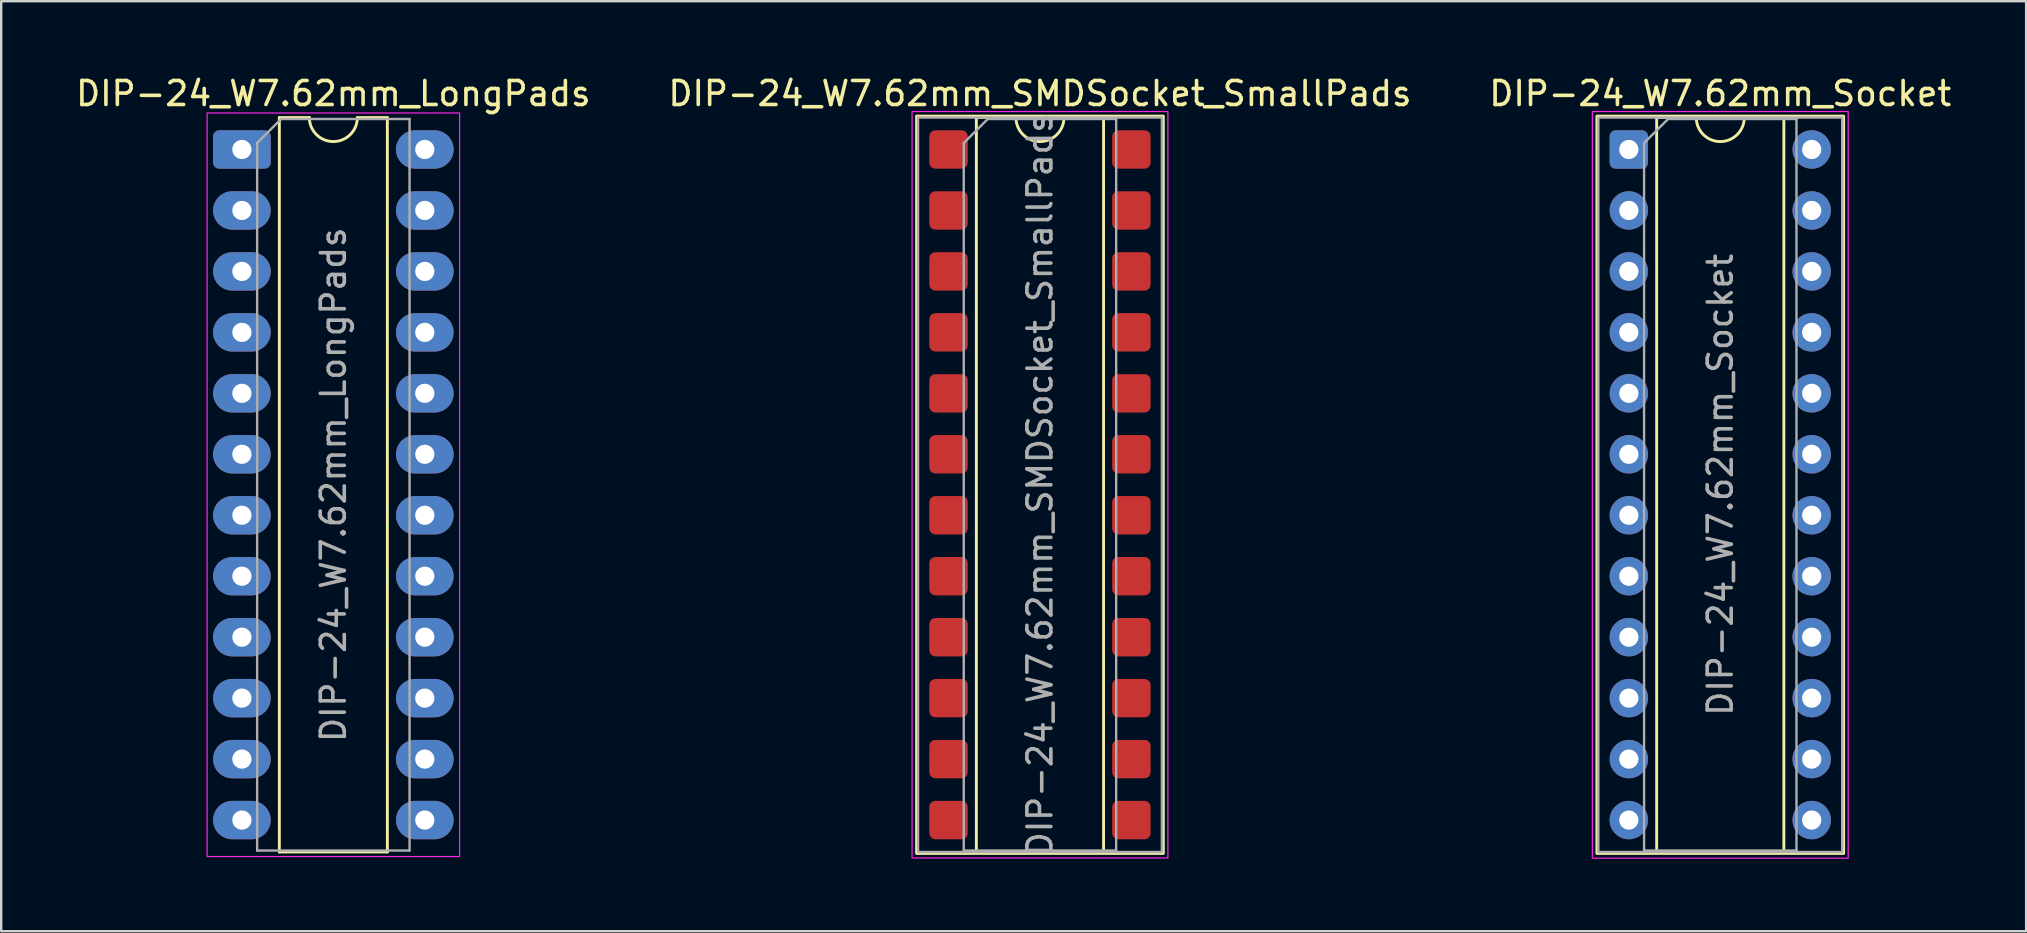
<source format=kicad_pcb>
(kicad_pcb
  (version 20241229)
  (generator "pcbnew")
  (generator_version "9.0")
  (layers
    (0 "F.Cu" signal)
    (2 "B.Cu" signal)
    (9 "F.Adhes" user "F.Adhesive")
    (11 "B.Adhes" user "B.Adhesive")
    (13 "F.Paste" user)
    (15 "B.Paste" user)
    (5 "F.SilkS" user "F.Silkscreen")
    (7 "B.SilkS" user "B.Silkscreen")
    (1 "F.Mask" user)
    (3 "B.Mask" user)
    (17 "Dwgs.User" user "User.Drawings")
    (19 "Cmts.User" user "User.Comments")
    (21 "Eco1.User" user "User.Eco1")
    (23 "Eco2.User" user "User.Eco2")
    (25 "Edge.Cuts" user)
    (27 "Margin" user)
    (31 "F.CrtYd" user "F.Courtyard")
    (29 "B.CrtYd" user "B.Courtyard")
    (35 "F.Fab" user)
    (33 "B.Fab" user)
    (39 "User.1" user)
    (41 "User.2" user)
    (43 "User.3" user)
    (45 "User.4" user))
  (footprint "DIP-24_W7.62mm_Socket"
    (layer "F.Cu")
    (at 64.815 3.178)
    (property "Reference" "DIP-24_W7.62mm_Socket" (at 3.81 -2.33 0) (layer "F.SilkS") (effects (font (size 1 1) (thickness 0.15))))
    (attr through_hole)
    (fp_line (start 1.16 -1.33) (end 1.16 29.27) (stroke (width 0.12) (type solid)) (layer "F.SilkS"))
    (fp_line (start 1.16 29.27) (end 6.46 29.27) (stroke (width 0.12) (type solid)) (layer "F.SilkS"))
    (fp_line (start 2.81 -1.33) (end 1.16 -1.33) (stroke (width 0.12) (type solid)) (layer "F.SilkS"))
    (fp_line (start 6.46 -1.33) (end 4.81 -1.33) (stroke (width 0.12) (type solid)) (layer "F.SilkS"))
    (fp_line (start 6.46 29.27) (end 6.46 -1.33) (stroke (width 0.12) (type solid)) (layer "F.SilkS"))
    (fp_rect (start -1.33 -1.39) (end 8.95 29.33) (stroke (width 0.12) (type solid)) (fill no) (layer "F.SilkS"))
    (fp_arc (start 4.81 -1.33) (mid 3.81 -0.33) (end 2.81 -1.33) (stroke (width 0.12) (type solid)) (layer "F.SilkS"))
    (fp_rect (start -1.52 -1.58) (end 9.14 29.53) (stroke (width 0.05) (type solid)) (fill no) (layer "F.CrtYd"))
    (fp_line (start 0.635 -0.27) (end 1.635 -1.27) (stroke (width 0.1) (type solid)) (layer "F.Fab"))
    (fp_line (start 0.635 29.21) (end 0.635 -0.27) (stroke (width 0.1) (type solid)) (layer "F.Fab"))
    (fp_line (start 1.635 -1.27) (end 6.985 -1.27) (stroke (width 0.1) (type solid)) (layer "F.Fab"))
    (fp_line (start 6.985 -1.27) (end 6.985 29.21) (stroke (width 0.1) (type solid)) (layer "F.Fab"))
    (fp_line (start 6.985 29.21) (end 0.635 29.21) (stroke (width 0.1) (type solid)) (layer "F.Fab"))
    (fp_rect (start -1.27 -1.33) (end 8.89 29.27) (stroke (width 0.1) (type solid)) (fill no) (layer "F.Fab"))
    (fp_text user "${REFERENCE}" (at 3.81 13.97 90) (layer "F.Fab") (effects (font (size 1 1) (thickness 0.15))))
    (pad "1" thru_hole roundrect (at 0 0) (size 1.6 1.6) (drill 0.8) (layers "*.Cu" "*.Mask") (roundrect_rratio 0.156))
    (pad "2" thru_hole circle (at 0 2.54) (size 1.6 1.6) (drill 0.8) (layers "*.Cu" "*.Mask"))
    (pad "3" thru_hole circle (at 0 5.08) (size 1.6 1.6) (drill 0.8) (layers "*.Cu" "*.Mask"))
    (pad "4" thru_hole circle (at 0 7.62) (size 1.6 1.6) (drill 0.8) (layers "*.Cu" "*.Mask"))
    (pad "5" thru_hole circle (at 0 10.16) (size 1.6 1.6) (drill 0.8) (layers "*.Cu" "*.Mask"))
    (pad "6" thru_hole circle (at 0 12.7) (size 1.6 1.6) (drill 0.8) (layers "*.Cu" "*.Mask"))
    (pad "7" thru_hole circle (at 0 15.24) (size 1.6 1.6) (drill 0.8) (layers "*.Cu" "*.Mask"))
    (pad "8" thru_hole circle (at 0 17.78) (size 1.6 1.6) (drill 0.8) (layers "*.Cu" "*.Mask"))
    (pad "9" thru_hole circle (at 0 20.32) (size 1.6 1.6) (drill 0.8) (layers "*.Cu" "*.Mask"))
    (pad "10" thru_hole circle (at 0 22.86) (size 1.6 1.6) (drill 0.8) (layers "*.Cu" "*.Mask"))
    (pad "11" thru_hole circle (at 0 25.4) (size 1.6 1.6) (drill 0.8) (layers "*.Cu" "*.Mask"))
    (pad "12" thru_hole circle (at 0 27.94) (size 1.6 1.6) (drill 0.8) (layers "*.Cu" "*.Mask"))
    (pad "13" thru_hole circle (at 7.62 27.94) (size 1.6 1.6) (drill 0.8) (layers "*.Cu" "*.Mask"))
    (pad "14" thru_hole circle (at 7.62 25.4) (size 1.6 1.6) (drill 0.8) (layers "*.Cu" "*.Mask"))
    (pad "15" thru_hole circle (at 7.62 22.86) (size 1.6 1.6) (drill 0.8) (layers "*.Cu" "*.Mask"))
    (pad "16" thru_hole circle (at 7.62 20.32) (size 1.6 1.6) (drill 0.8) (layers "*.Cu" "*.Mask"))
    (pad "17" thru_hole circle (at 7.62 17.78) (size 1.6 1.6) (drill 0.8) (layers "*.Cu" "*.Mask"))
    (pad "18" thru_hole circle (at 7.62 15.24) (size 1.6 1.6) (drill 0.8) (layers "*.Cu" "*.Mask"))
    (pad "19" thru_hole circle (at 7.62 12.7) (size 1.6 1.6) (drill 0.8) (layers "*.Cu" "*.Mask"))
    (pad "20" thru_hole circle (at 7.62 10.16) (size 1.6 1.6) (drill 0.8) (layers "*.Cu" "*.Mask"))
    (pad "21" thru_hole circle (at 7.62 7.62) (size 1.6 1.6) (drill 0.8) (layers "*.Cu" "*.Mask"))
    (pad "22" thru_hole circle (at 7.62 5.08) (size 1.6 1.6) (drill 0.8) (layers "*.Cu" "*.Mask"))
    (pad "23" thru_hole circle (at 7.62 2.54) (size 1.6 1.6) (drill 0.8) (layers "*.Cu" "*.Mask"))
    (pad "24" thru_hole circle (at 7.62 0) (size 1.6 1.6) (drill 0.8) (layers "*.Cu" "*.Mask")))
  (footprint "DIP-24_W7.62mm_LongPads"
    (layer "F.Cu")
    (at 7.029 3.178)
    (property "Reference" "DIP-24_W7.62mm_LongPads" (at 3.81 -2.33 0) (layer "F.SilkS") (effects (font (size 1 1) (thickness 0.15))))
    (attr through_hole)
    (fp_line (start 1.56 -1.33) (end 1.56 29.27) (stroke (width 0.12) (type solid)) (layer "F.SilkS"))
    (fp_line (start 1.56 29.27) (end 6.06 29.27) (stroke (width 0.12) (type solid)) (layer "F.SilkS"))
    (fp_line (start 2.81 -1.33) (end 1.56 -1.33) (stroke (width 0.12) (type solid)) (layer "F.SilkS"))
    (fp_line (start 6.06 -1.33) (end 4.81 -1.33) (stroke (width 0.12) (type solid)) (layer "F.SilkS"))
    (fp_line (start 6.06 29.27) (end 6.06 -1.33) (stroke (width 0.12) (type solid)) (layer "F.SilkS"))
    (fp_arc (start 4.81 -1.33) (mid 3.81 -0.33) (end 2.81 -1.33) (stroke (width 0.12) (type solid)) (layer "F.SilkS"))
    (fp_rect (start -1.45 -1.52) (end 9.07 29.46) (stroke (width 0.05) (type solid)) (fill no) (layer "F.CrtYd"))
    (fp_line (start 0.635 -0.27) (end 1.635 -1.27) (stroke (width 0.1) (type solid)) (layer "F.Fab"))
    (fp_line (start 0.635 29.21) (end 0.635 -0.27) (stroke (width 0.1) (type solid)) (layer "F.Fab"))
    (fp_line (start 1.635 -1.27) (end 6.985 -1.27) (stroke (width 0.1) (type solid)) (layer "F.Fab"))
    (fp_line (start 6.985 -1.27) (end 6.985 29.21) (stroke (width 0.1) (type solid)) (layer "F.Fab"))
    (fp_line (start 6.985 29.21) (end 0.635 29.21) (stroke (width 0.1) (type solid)) (layer "F.Fab"))
    (fp_text user "${REFERENCE}" (at 3.81 13.97 90) (layer "F.Fab") (effects (font (size 1 1) (thickness 0.15))))
    (pad "1" thru_hole roundrect (at 0 0) (size 2.4 1.6) (drill 0.8) (layers "*.Cu" "*.Mask") (roundrect_rratio 0.156))
    (pad "2" thru_hole oval (at 0 2.54) (size 2.4 1.6) (drill 0.8) (layers "*.Cu" "*.Mask"))
    (pad "3" thru_hole oval (at 0 5.08) (size 2.4 1.6) (drill 0.8) (layers "*.Cu" "*.Mask"))
    (pad "4" thru_hole oval (at 0 7.62) (size 2.4 1.6) (drill 0.8) (layers "*.Cu" "*.Mask"))
    (pad "5" thru_hole oval (at 0 10.16) (size 2.4 1.6) (drill 0.8) (layers "*.Cu" "*.Mask"))
    (pad "6" thru_hole oval (at 0 12.7) (size 2.4 1.6) (drill 0.8) (layers "*.Cu" "*.Mask"))
    (pad "7" thru_hole oval (at 0 15.24) (size 2.4 1.6) (drill 0.8) (layers "*.Cu" "*.Mask"))
    (pad "8" thru_hole oval (at 0 17.78) (size 2.4 1.6) (drill 0.8) (layers "*.Cu" "*.Mask"))
    (pad "9" thru_hole oval (at 0 20.32) (size 2.4 1.6) (drill 0.8) (layers "*.Cu" "*.Mask"))
    (pad "10" thru_hole oval (at 0 22.86) (size 2.4 1.6) (drill 0.8) (layers "*.Cu" "*.Mask"))
    (pad "11" thru_hole oval (at 0 25.4) (size 2.4 1.6) (drill 0.8) (layers "*.Cu" "*.Mask"))
    (pad "12" thru_hole oval (at 0 27.94) (size 2.4 1.6) (drill 0.8) (layers "*.Cu" "*.Mask"))
    (pad "13" thru_hole oval (at 7.62 27.94) (size 2.4 1.6) (drill 0.8) (layers "*.Cu" "*.Mask"))
    (pad "14" thru_hole oval (at 7.62 25.4) (size 2.4 1.6) (drill 0.8) (layers "*.Cu" "*.Mask"))
    (pad "15" thru_hole oval (at 7.62 22.86) (size 2.4 1.6) (drill 0.8) (layers "*.Cu" "*.Mask"))
    (pad "16" thru_hole oval (at 7.62 20.32) (size 2.4 1.6) (drill 0.8) (layers "*.Cu" "*.Mask"))
    (pad "17" thru_hole oval (at 7.62 17.78) (size 2.4 1.6) (drill 0.8) (layers "*.Cu" "*.Mask"))
    (pad "18" thru_hole oval (at 7.62 15.24) (size 2.4 1.6) (drill 0.8) (layers "*.Cu" "*.Mask"))
    (pad "19" thru_hole oval (at 7.62 12.7) (size 2.4 1.6) (drill 0.8) (layers "*.Cu" "*.Mask"))
    (pad "20" thru_hole oval (at 7.62 10.16) (size 2.4 1.6) (drill 0.8) (layers "*.Cu" "*.Mask"))
    (pad "21" thru_hole oval (at 7.62 7.62) (size 2.4 1.6) (drill 0.8) (layers "*.Cu" "*.Mask"))
    (pad "22" thru_hole oval (at 7.62 5.08) (size 2.4 1.6) (drill 0.8) (layers "*.Cu" "*.Mask"))
    (pad "23" thru_hole oval (at 7.62 2.54) (size 2.4 1.6) (drill 0.8) (layers "*.Cu" "*.Mask"))
    (pad "24" thru_hole oval (at 7.62 0) (size 2.4 1.6) (drill 0.8) (layers "*.Cu" "*.Mask")))
  (footprint "DIP-24_W7.62mm_SMDSocket_SmallPads"
    (layer "F.Cu")
    (at 40.28 17.148)
    (property "Reference" "DIP-24_W7.62mm_SMDSocket_SmallPads" (at 0 -16.3 0) (layer "F.SilkS") (effects (font (size 1 1) (thickness 0.15))))
    (attr smd)
    (fp_line (start -2.65 -15.3) (end -2.65 15.3) (stroke (width 0.12) (type solid)) (layer "F.SilkS"))
    (fp_line (start -2.65 15.3) (end 2.65 15.3) (stroke (width 0.12) (type solid)) (layer "F.SilkS"))
    (fp_line (start -1 -15.3) (end -2.65 -15.3) (stroke (width 0.12) (type solid)) (layer "F.SilkS"))
    (fp_line (start 2.65 -15.3) (end 1 -15.3) (stroke (width 0.12) (type solid)) (layer "F.SilkS"))
    (fp_line (start 2.65 15.3) (end 2.65 -15.3) (stroke (width 0.12) (type solid)) (layer "F.SilkS"))
    (fp_rect (start -5.14 -15.36) (end 5.14 15.36) (stroke (width 0.12) (type solid)) (fill no) (layer "F.SilkS"))
    (fp_arc (start 1 -15.3) (mid 0 -14.3) (end -1 -15.3) (stroke (width 0.12) (type solid)) (layer "F.SilkS"))
    (fp_rect (start -5.33 -15.55) (end 5.33 15.55) (stroke (width 0.05) (type solid)) (fill no) (layer "F.CrtYd"))
    (fp_line (start -3.175 -14.24) (end -2.175 -15.24) (stroke (width 0.1) (type solid)) (layer "F.Fab"))
    (fp_line (start -3.175 15.24) (end -3.175 -14.24) (stroke (width 0.1) (type solid)) (layer "F.Fab"))
    (fp_line (start -2.175 -15.24) (end 3.175 -15.24) (stroke (width 0.1) (type solid)) (layer "F.Fab"))
    (fp_line (start 3.175 -15.24) (end 3.175 15.24) (stroke (width 0.1) (type solid)) (layer "F.Fab"))
    (fp_line (start 3.175 15.24) (end -3.175 15.24) (stroke (width 0.1) (type solid)) (layer "F.Fab"))
    (fp_rect (start -5.08 -15.3) (end 5.08 15.3) (stroke (width 0.1) (type solid)) (fill no) (layer "F.Fab"))
    (fp_text user "${REFERENCE}" (at 0 0 90) (layer "F.Fab") (effects (font (size 1 1) (thickness 0.15))))
    (pad "1" smd roundrect (at -3.81 -13.97) (size 1.6 1.6) (layers "F.Cu" "F.Mask" "F.Paste") (roundrect_rratio 0.156))
    (pad "2" smd roundrect (at -3.81 -11.43) (size 1.6 1.6) (layers "F.Cu" "F.Mask" "F.Paste") (roundrect_rratio 0.156))
    (pad "3" smd roundrect (at -3.81 -8.89) (size 1.6 1.6) (layers "F.Cu" "F.Mask" "F.Paste") (roundrect_rratio 0.156))
    (pad "4" smd roundrect (at -3.81 -6.35) (size 1.6 1.6) (layers "F.Cu" "F.Mask" "F.Paste") (roundrect_rratio 0.156))
    (pad "5" smd roundrect (at -3.81 -3.81) (size 1.6 1.6) (layers "F.Cu" "F.Mask" "F.Paste") (roundrect_rratio 0.156))
    (pad "6" smd roundrect (at -3.81 -1.27) (size 1.6 1.6) (layers "F.Cu" "F.Mask" "F.Paste") (roundrect_rratio 0.156))
    (pad "7" smd roundrect (at -3.81 1.27) (size 1.6 1.6) (layers "F.Cu" "F.Mask" "F.Paste") (roundrect_rratio 0.156))
    (pad "8" smd roundrect (at -3.81 3.81) (size 1.6 1.6) (layers "F.Cu" "F.Mask" "F.Paste") (roundrect_rratio 0.156))
    (pad "9" smd roundrect (at -3.81 6.35) (size 1.6 1.6) (layers "F.Cu" "F.Mask" "F.Paste") (roundrect_rratio 0.156))
    (pad "10" smd roundrect (at -3.81 8.89) (size 1.6 1.6) (layers "F.Cu" "F.Mask" "F.Paste") (roundrect_rratio 0.156))
    (pad "11" smd roundrect (at -3.81 11.43) (size 1.6 1.6) (layers "F.Cu" "F.Mask" "F.Paste") (roundrect_rratio 0.156))
    (pad "12" smd roundrect (at -3.81 13.97) (size 1.6 1.6) (layers "F.Cu" "F.Mask" "F.Paste") (roundrect_rratio 0.156))
    (pad "13" smd roundrect (at 3.81 13.97) (size 1.6 1.6) (layers "F.Cu" "F.Mask" "F.Paste") (roundrect_rratio 0.156))
    (pad "14" smd roundrect (at 3.81 11.43) (size 1.6 1.6) (layers "F.Cu" "F.Mask" "F.Paste") (roundrect_rratio 0.156))
    (pad "15" smd roundrect (at 3.81 8.89) (size 1.6 1.6) (layers "F.Cu" "F.Mask" "F.Paste") (roundrect_rratio 0.156))
    (pad "16" smd roundrect (at 3.81 6.35) (size 1.6 1.6) (layers "F.Cu" "F.Mask" "F.Paste") (roundrect_rratio 0.156))
    (pad "17" smd roundrect (at 3.81 3.81) (size 1.6 1.6) (layers "F.Cu" "F.Mask" "F.Paste") (roundrect_rratio 0.156))
    (pad "18" smd roundrect (at 3.81 1.27) (size 1.6 1.6) (layers "F.Cu" "F.Mask" "F.Paste") (roundrect_rratio 0.156))
    (pad "19" smd roundrect (at 3.81 -1.27) (size 1.6 1.6) (layers "F.Cu" "F.Mask" "F.Paste") (roundrect_rratio 0.156))
    (pad "20" smd roundrect (at 3.81 -3.81) (size 1.6 1.6) (layers "F.Cu" "F.Mask" "F.Paste") (roundrect_rratio 0.156))
    (pad "21" smd roundrect (at 3.81 -6.35) (size 1.6 1.6) (layers "F.Cu" "F.Mask" "F.Paste") (roundrect_rratio 0.156))
    (pad "22" smd roundrect (at 3.81 -8.89) (size 1.6 1.6) (layers "F.Cu" "F.Mask" "F.Paste") (roundrect_rratio 0.156))
    (pad "23" smd roundrect (at 3.81 -11.43) (size 1.6 1.6) (layers "F.Cu" "F.Mask" "F.Paste") (roundrect_rratio 0.156))
    (pad "24" smd roundrect (at 3.81 -13.97) (size 1.6 1.6) (layers "F.Cu" "F.Mask" "F.Paste") (roundrect_rratio 0.156)))
  (gr_rect
    (start -3 -3)
    (end 81.369 35.749)
    (stroke (width 0.1) (type default))
    (fill no)
    (layer "Edge.Cuts")))
</source>
